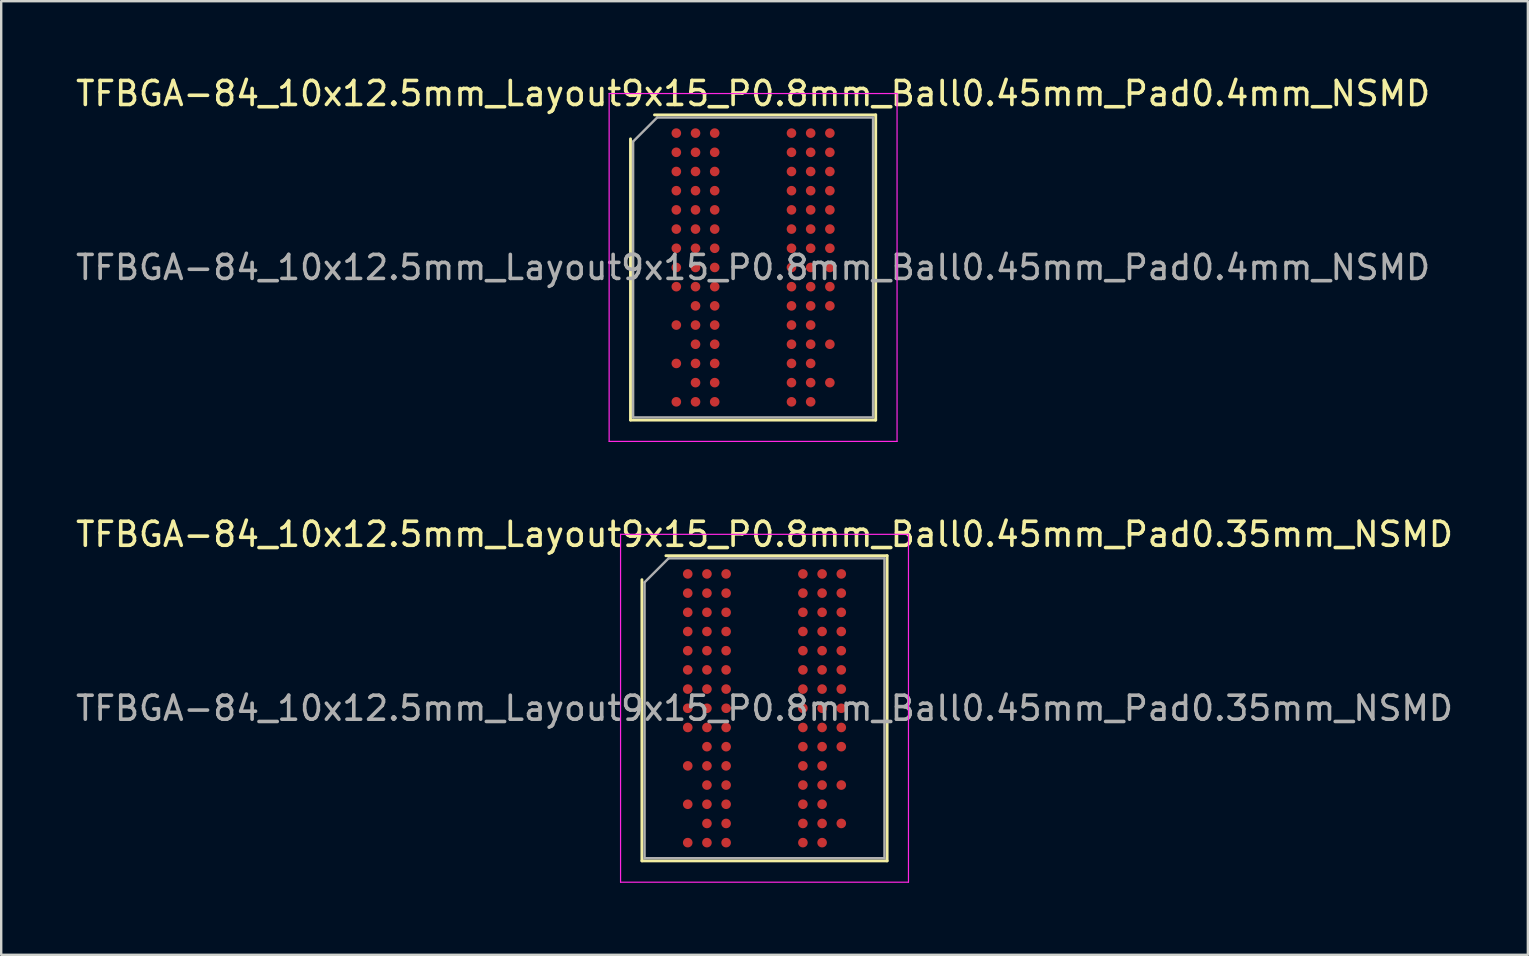
<source format=kicad_pcb>
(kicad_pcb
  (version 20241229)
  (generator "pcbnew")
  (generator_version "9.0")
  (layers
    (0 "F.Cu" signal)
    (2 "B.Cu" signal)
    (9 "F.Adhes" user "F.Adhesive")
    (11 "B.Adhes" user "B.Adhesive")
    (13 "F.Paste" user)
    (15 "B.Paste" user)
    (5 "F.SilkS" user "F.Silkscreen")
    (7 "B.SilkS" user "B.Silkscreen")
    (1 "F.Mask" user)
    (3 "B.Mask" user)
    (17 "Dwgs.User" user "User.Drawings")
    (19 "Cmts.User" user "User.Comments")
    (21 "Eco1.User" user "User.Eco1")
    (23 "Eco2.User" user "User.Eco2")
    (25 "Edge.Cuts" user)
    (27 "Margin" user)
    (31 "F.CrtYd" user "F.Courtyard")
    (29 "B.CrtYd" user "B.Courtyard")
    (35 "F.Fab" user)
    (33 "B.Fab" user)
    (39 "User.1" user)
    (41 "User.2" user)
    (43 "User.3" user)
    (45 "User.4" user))
  (footprint "TFBGA-84_10x12.5mm_Layout9x15_P0.8mm_Ball0.45mm_Pad0.4mm_NSMD"
    (layer "F.Cu")
    (at 28.339 8.098)
    (property "Reference" "TFBGA-84_10x12.5mm_Layout9x15_P0.8mm_Ball0.45mm_Pad0.4mm_NSMD" (at 0 -7.25 0) (layer "F.SilkS") (effects (font (size 1 1) (thickness 0.15))))
    (attr smd)
    (fp_line (start -5.11 6.36) (end -5.11 -5.36) (stroke (width 0.12) (type solid)) (layer "F.SilkS"))
    (fp_line (start -4.11 -6.36) (end 5.11 -6.36) (stroke (width 0.12) (type solid)) (layer "F.SilkS"))
    (fp_line (start 5.11 -6.36) (end 5.11 6.36) (stroke (width 0.12) (type solid)) (layer "F.SilkS"))
    (fp_line (start 5.11 6.36) (end -5.11 6.36) (stroke (width 0.12) (type solid)) (layer "F.SilkS"))
    (fp_line (start -6 -7.25) (end -6 7.25) (stroke (width 0.05) (type solid)) (layer "F.CrtYd"))
    (fp_line (start -6 7.25) (end 6 7.25) (stroke (width 0.05) (type solid)) (layer "F.CrtYd"))
    (fp_line (start 6 -7.25) (end -6 -7.25) (stroke (width 0.05) (type solid)) (layer "F.CrtYd"))
    (fp_line (start 6 7.25) (end 6 -7.25) (stroke (width 0.05) (type solid)) (layer "F.CrtYd"))
    (fp_line (start -5 -5.25) (end -4 -6.25) (stroke (width 0.1) (type solid)) (layer "F.Fab"))
    (fp_line (start -5 6.25) (end -5 -5.25) (stroke (width 0.1) (type solid)) (layer "F.Fab"))
    (fp_line (start -4 -6.25) (end 5 -6.25) (stroke (width 0.1) (type solid)) (layer "F.Fab"))
    (fp_line (start 5 -6.25) (end 5 6.25) (stroke (width 0.1) (type solid)) (layer "F.Fab"))
    (fp_line (start 5 6.25) (end -5 6.25) (stroke (width 0.1) (type solid)) (layer "F.Fab"))
    (fp_text user "${REFERENCE}" (at 0 0 0) (layer "F.Fab") (effects (font (size 1 1) (thickness 0.15))))
    (pad "A1" smd circle (at -3.2 -5.6) (size 0.4 0.4) (layers "F.Cu" "F.Mask" "F.Paste"))
    (pad "A2" smd circle (at -2.4 -5.6) (size 0.4 0.4) (layers "F.Cu" "F.Mask" "F.Paste"))
    (pad "A3" smd circle (at -1.6 -5.6) (size 0.4 0.4) (layers "F.Cu" "F.Mask" "F.Paste"))
    (pad "A7" smd circle (at 1.6 -5.6) (size 0.4 0.4) (layers "F.Cu" "F.Mask" "F.Paste"))
    (pad "A8" smd circle (at 2.4 -5.6) (size 0.4 0.4) (layers "F.Cu" "F.Mask" "F.Paste"))
    (pad "A9" smd circle (at 3.2 -5.6) (size 0.4 0.4) (layers "F.Cu" "F.Mask" "F.Paste"))
    (pad "B1" smd circle (at -3.2 -4.8) (size 0.4 0.4) (layers "F.Cu" "F.Mask" "F.Paste"))
    (pad "B2" smd circle (at -2.4 -4.8) (size 0.4 0.4) (layers "F.Cu" "F.Mask" "F.Paste"))
    (pad "B3" smd circle (at -1.6 -4.8) (size 0.4 0.4) (layers "F.Cu" "F.Mask" "F.Paste"))
    (pad "B7" smd circle (at 1.6 -4.8) (size 0.4 0.4) (layers "F.Cu" "F.Mask" "F.Paste"))
    (pad "B8" smd circle (at 2.4 -4.8) (size 0.4 0.4) (layers "F.Cu" "F.Mask" "F.Paste"))
    (pad "B9" smd circle (at 3.2 -4.8) (size 0.4 0.4) (layers "F.Cu" "F.Mask" "F.Paste"))
    (pad "C1" smd circle (at -3.2 -4) (size 0.4 0.4) (layers "F.Cu" "F.Mask" "F.Paste"))
    (pad "C2" smd circle (at -2.4 -4) (size 0.4 0.4) (layers "F.Cu" "F.Mask" "F.Paste"))
    (pad "C3" smd circle (at -1.6 -4) (size 0.4 0.4) (layers "F.Cu" "F.Mask" "F.Paste"))
    (pad "C7" smd circle (at 1.6 -4) (size 0.4 0.4) (layers "F.Cu" "F.Mask" "F.Paste"))
    (pad "C8" smd circle (at 2.4 -4) (size 0.4 0.4) (layers "F.Cu" "F.Mask" "F.Paste"))
    (pad "C9" smd circle (at 3.2 -4) (size 0.4 0.4) (layers "F.Cu" "F.Mask" "F.Paste"))
    (pad "D1" smd circle (at -3.2 -3.2) (size 0.4 0.4) (layers "F.Cu" "F.Mask" "F.Paste"))
    (pad "D2" smd circle (at -2.4 -3.2) (size 0.4 0.4) (layers "F.Cu" "F.Mask" "F.Paste"))
    (pad "D3" smd circle (at -1.6 -3.2) (size 0.4 0.4) (layers "F.Cu" "F.Mask" "F.Paste"))
    (pad "D7" smd circle (at 1.6 -3.2) (size 0.4 0.4) (layers "F.Cu" "F.Mask" "F.Paste"))
    (pad "D8" smd circle (at 2.4 -3.2) (size 0.4 0.4) (layers "F.Cu" "F.Mask" "F.Paste"))
    (pad "D9" smd circle (at 3.2 -3.2) (size 0.4 0.4) (layers "F.Cu" "F.Mask" "F.Paste"))
    (pad "E1" smd circle (at -3.2 -2.4) (size 0.4 0.4) (layers "F.Cu" "F.Mask" "F.Paste"))
    (pad "E2" smd circle (at -2.4 -2.4) (size 0.4 0.4) (layers "F.Cu" "F.Mask" "F.Paste"))
    (pad "E3" smd circle (at -1.6 -2.4) (size 0.4 0.4) (layers "F.Cu" "F.Mask" "F.Paste"))
    (pad "E7" smd circle (at 1.6 -2.4) (size 0.4 0.4) (layers "F.Cu" "F.Mask" "F.Paste"))
    (pad "E8" smd circle (at 2.4 -2.4) (size 0.4 0.4) (layers "F.Cu" "F.Mask" "F.Paste"))
    (pad "E9" smd circle (at 3.2 -2.4) (size 0.4 0.4) (layers "F.Cu" "F.Mask" "F.Paste"))
    (pad "F1" smd circle (at -3.2 -1.6) (size 0.4 0.4) (layers "F.Cu" "F.Mask" "F.Paste"))
    (pad "F2" smd circle (at -2.4 -1.6) (size 0.4 0.4) (layers "F.Cu" "F.Mask" "F.Paste"))
    (pad "F3" smd circle (at -1.6 -1.6) (size 0.4 0.4) (layers "F.Cu" "F.Mask" "F.Paste"))
    (pad "F7" smd circle (at 1.6 -1.6) (size 0.4 0.4) (layers "F.Cu" "F.Mask" "F.Paste"))
    (pad "F8" smd circle (at 2.4 -1.6) (size 0.4 0.4) (layers "F.Cu" "F.Mask" "F.Paste"))
    (pad "F9" smd circle (at 3.2 -1.6) (size 0.4 0.4) (layers "F.Cu" "F.Mask" "F.Paste"))
    (pad "G1" smd circle (at -3.2 -0.8) (size 0.4 0.4) (layers "F.Cu" "F.Mask" "F.Paste"))
    (pad "G2" smd circle (at -2.4 -0.8) (size 0.4 0.4) (layers "F.Cu" "F.Mask" "F.Paste"))
    (pad "G3" smd circle (at -1.6 -0.8) (size 0.4 0.4) (layers "F.Cu" "F.Mask" "F.Paste"))
    (pad "G7" smd circle (at 1.6 -0.8) (size 0.4 0.4) (layers "F.Cu" "F.Mask" "F.Paste"))
    (pad "G8" smd circle (at 2.4 -0.8) (size 0.4 0.4) (layers "F.Cu" "F.Mask" "F.Paste"))
    (pad "G9" smd circle (at 3.2 -0.8) (size 0.4 0.4) (layers "F.Cu" "F.Mask" "F.Paste"))
    (pad "H1" smd circle (at -3.2 0) (size 0.4 0.4) (layers "F.Cu" "F.Mask" "F.Paste"))
    (pad "H2" smd circle (at -2.4 0) (size 0.4 0.4) (layers "F.Cu" "F.Mask" "F.Paste"))
    (pad "H3" smd circle (at -1.6 0) (size 0.4 0.4) (layers "F.Cu" "F.Mask" "F.Paste"))
    (pad "H7" smd circle (at 1.6 0) (size 0.4 0.4) (layers "F.Cu" "F.Mask" "F.Paste"))
    (pad "H8" smd circle (at 2.4 0) (size 0.4 0.4) (layers "F.Cu" "F.Mask" "F.Paste"))
    (pad "H9" smd circle (at 3.2 0) (size 0.4 0.4) (layers "F.Cu" "F.Mask" "F.Paste"))
    (pad "J1" smd circle (at -3.2 0.8) (size 0.4 0.4) (layers "F.Cu" "F.Mask" "F.Paste"))
    (pad "J2" smd circle (at -2.4 0.8) (size 0.4 0.4) (layers "F.Cu" "F.Mask" "F.Paste"))
    (pad "J3" smd circle (at -1.6 0.8) (size 0.4 0.4) (layers "F.Cu" "F.Mask" "F.Paste"))
    (pad "J7" smd circle (at 1.6 0.8) (size 0.4 0.4) (layers "F.Cu" "F.Mask" "F.Paste"))
    (pad "J8" smd circle (at 2.4 0.8) (size 0.4 0.4) (layers "F.Cu" "F.Mask" "F.Paste"))
    (pad "J9" smd circle (at 3.2 0.8) (size 0.4 0.4) (layers "F.Cu" "F.Mask" "F.Paste"))
    (pad "K2" smd circle (at -2.4 1.6) (size 0.4 0.4) (layers "F.Cu" "F.Mask" "F.Paste"))
    (pad "K3" smd circle (at -1.6 1.6) (size 0.4 0.4) (layers "F.Cu" "F.Mask" "F.Paste"))
    (pad "K7" smd circle (at 1.6 1.6) (size 0.4 0.4) (layers "F.Cu" "F.Mask" "F.Paste"))
    (pad "K8" smd circle (at 2.4 1.6) (size 0.4 0.4) (layers "F.Cu" "F.Mask" "F.Paste"))
    (pad "K9" smd circle (at 3.2 1.6) (size 0.4 0.4) (layers "F.Cu" "F.Mask" "F.Paste"))
    (pad "L1" smd circle (at -3.2 2.4) (size 0.4 0.4) (layers "F.Cu" "F.Mask" "F.Paste"))
    (pad "L2" smd circle (at -2.4 2.4) (size 0.4 0.4) (layers "F.Cu" "F.Mask" "F.Paste"))
    (pad "L3" smd circle (at -1.6 2.4) (size 0.4 0.4) (layers "F.Cu" "F.Mask" "F.Paste"))
    (pad "L7" smd circle (at 1.6 2.4) (size 0.4 0.4) (layers "F.Cu" "F.Mask" "F.Paste"))
    (pad "L8" smd circle (at 2.4 2.4) (size 0.4 0.4) (layers "F.Cu" "F.Mask" "F.Paste"))
    (pad "M2" smd circle (at -2.4 3.2) (size 0.4 0.4) (layers "F.Cu" "F.Mask" "F.Paste"))
    (pad "M3" smd circle (at -1.6 3.2) (size 0.4 0.4) (layers "F.Cu" "F.Mask" "F.Paste"))
    (pad "M7" smd circle (at 1.6 3.2) (size 0.4 0.4) (layers "F.Cu" "F.Mask" "F.Paste"))
    (pad "M8" smd circle (at 2.4 3.2) (size 0.4 0.4) (layers "F.Cu" "F.Mask" "F.Paste"))
    (pad "M9" smd circle (at 3.2 3.2) (size 0.4 0.4) (layers "F.Cu" "F.Mask" "F.Paste"))
    (pad "N1" smd circle (at -3.2 4) (size 0.4 0.4) (layers "F.Cu" "F.Mask" "F.Paste"))
    (pad "N2" smd circle (at -2.4 4) (size 0.4 0.4) (layers "F.Cu" "F.Mask" "F.Paste"))
    (pad "N3" smd circle (at -1.6 4) (size 0.4 0.4) (layers "F.Cu" "F.Mask" "F.Paste"))
    (pad "N7" smd circle (at 1.6 4) (size 0.4 0.4) (layers "F.Cu" "F.Mask" "F.Paste"))
    (pad "N8" smd circle (at 2.4 4) (size 0.4 0.4) (layers "F.Cu" "F.Mask" "F.Paste"))
    (pad "P2" smd circle (at -2.4 4.8) (size 0.4 0.4) (layers "F.Cu" "F.Mask" "F.Paste"))
    (pad "P3" smd circle (at -1.6 4.8) (size 0.4 0.4) (layers "F.Cu" "F.Mask" "F.Paste"))
    (pad "P7" smd circle (at 1.6 4.8) (size 0.4 0.4) (layers "F.Cu" "F.Mask" "F.Paste"))
    (pad "P8" smd circle (at 2.4 4.8) (size 0.4 0.4) (layers "F.Cu" "F.Mask" "F.Paste"))
    (pad "P9" smd circle (at 3.2 4.8) (size 0.4 0.4) (layers "F.Cu" "F.Mask" "F.Paste"))
    (pad "R1" smd circle (at -3.2 5.6) (size 0.4 0.4) (layers "F.Cu" "F.Mask" "F.Paste"))
    (pad "R2" smd circle (at -2.4 5.6) (size 0.4 0.4) (layers "F.Cu" "F.Mask" "F.Paste"))
    (pad "R3" smd circle (at -1.6 5.6) (size 0.4 0.4) (layers "F.Cu" "F.Mask" "F.Paste"))
    (pad "R7" smd circle (at 1.6 5.6) (size 0.4 0.4) (layers "F.Cu" "F.Mask" "F.Paste"))
    (pad "R8" smd circle (at 2.4 5.6) (size 0.4 0.4) (layers "F.Cu" "F.Mask" "F.Paste")))
  (footprint "TFBGA-84_10x12.5mm_Layout9x15_P0.8mm_Ball0.45mm_Pad0.35mm_NSMD"
    (layer "F.Cu")
    (at 28.815 26.471)
    (property "Reference" "TFBGA-84_10x12.5mm_Layout9x15_P0.8mm_Ball0.45mm_Pad0.35mm_NSMD" (at 0 -7.25 0) (layer "F.SilkS") (effects (font (size 1 1) (thickness 0.15))))
    (attr smd)
    (fp_line (start -5.11 6.36) (end -5.11 -5.36) (stroke (width 0.12) (type solid)) (layer "F.SilkS"))
    (fp_line (start -4.11 -6.36) (end 5.11 -6.36) (stroke (width 0.12) (type solid)) (layer "F.SilkS"))
    (fp_line (start 5.11 -6.36) (end 5.11 6.36) (stroke (width 0.12) (type solid)) (layer "F.SilkS"))
    (fp_line (start 5.11 6.36) (end -5.11 6.36) (stroke (width 0.12) (type solid)) (layer "F.SilkS"))
    (fp_line (start -6 -7.25) (end -6 7.25) (stroke (width 0.05) (type solid)) (layer "F.CrtYd"))
    (fp_line (start -6 7.25) (end 6 7.25) (stroke (width 0.05) (type solid)) (layer "F.CrtYd"))
    (fp_line (start 6 -7.25) (end -6 -7.25) (stroke (width 0.05) (type solid)) (layer "F.CrtYd"))
    (fp_line (start 6 7.25) (end 6 -7.25) (stroke (width 0.05) (type solid)) (layer "F.CrtYd"))
    (fp_line (start -5 -5.25) (end -4 -6.25) (stroke (width 0.1) (type solid)) (layer "F.Fab"))
    (fp_line (start -5 6.25) (end -5 -5.25) (stroke (width 0.1) (type solid)) (layer "F.Fab"))
    (fp_line (start -4 -6.25) (end 5 -6.25) (stroke (width 0.1) (type solid)) (layer "F.Fab"))
    (fp_line (start 5 -6.25) (end 5 6.25) (stroke (width 0.1) (type solid)) (layer "F.Fab"))
    (fp_line (start 5 6.25) (end -5 6.25) (stroke (width 0.1) (type solid)) (layer "F.Fab"))
    (fp_text user "${REFERENCE}" (at 0 0 0) (layer "F.Fab") (effects (font (size 1 1) (thickness 0.15))))
    (pad "A1" smd circle (at -3.2 -5.6) (size 0.4 0.4) (layers "F.Cu" "F.Mask" "F.Paste"))
    (pad "A2" smd circle (at -2.4 -5.6) (size 0.4 0.4) (layers "F.Cu" "F.Mask" "F.Paste"))
    (pad "A3" smd circle (at -1.6 -5.6) (size 0.4 0.4) (layers "F.Cu" "F.Mask" "F.Paste"))
    (pad "A7" smd circle (at 1.6 -5.6) (size 0.4 0.4) (layers "F.Cu" "F.Mask" "F.Paste"))
    (pad "A8" smd circle (at 2.4 -5.6) (size 0.4 0.4) (layers "F.Cu" "F.Mask" "F.Paste"))
    (pad "A9" smd circle (at 3.2 -5.6) (size 0.4 0.4) (layers "F.Cu" "F.Mask" "F.Paste"))
    (pad "B1" smd circle (at -3.2 -4.8) (size 0.4 0.4) (layers "F.Cu" "F.Mask" "F.Paste"))
    (pad "B2" smd circle (at -2.4 -4.8) (size 0.4 0.4) (layers "F.Cu" "F.Mask" "F.Paste"))
    (pad "B3" smd circle (at -1.6 -4.8) (size 0.4 0.4) (layers "F.Cu" "F.Mask" "F.Paste"))
    (pad "B7" smd circle (at 1.6 -4.8) (size 0.4 0.4) (layers "F.Cu" "F.Mask" "F.Paste"))
    (pad "B8" smd circle (at 2.4 -4.8) (size 0.4 0.4) (layers "F.Cu" "F.Mask" "F.Paste"))
    (pad "B9" smd circle (at 3.2 -4.8) (size 0.4 0.4) (layers "F.Cu" "F.Mask" "F.Paste"))
    (pad "C1" smd circle (at -3.2 -4) (size 0.4 0.4) (layers "F.Cu" "F.Mask" "F.Paste"))
    (pad "C2" smd circle (at -2.4 -4) (size 0.4 0.4) (layers "F.Cu" "F.Mask" "F.Paste"))
    (pad "C3" smd circle (at -1.6 -4) (size 0.4 0.4) (layers "F.Cu" "F.Mask" "F.Paste"))
    (pad "C7" smd circle (at 1.6 -4) (size 0.4 0.4) (layers "F.Cu" "F.Mask" "F.Paste"))
    (pad "C8" smd circle (at 2.4 -4) (size 0.4 0.4) (layers "F.Cu" "F.Mask" "F.Paste"))
    (pad "C9" smd circle (at 3.2 -4) (size 0.4 0.4) (layers "F.Cu" "F.Mask" "F.Paste"))
    (pad "D1" smd circle (at -3.2 -3.2) (size 0.4 0.4) (layers "F.Cu" "F.Mask" "F.Paste"))
    (pad "D2" smd circle (at -2.4 -3.2) (size 0.4 0.4) (layers "F.Cu" "F.Mask" "F.Paste"))
    (pad "D3" smd circle (at -1.6 -3.2) (size 0.4 0.4) (layers "F.Cu" "F.Mask" "F.Paste"))
    (pad "D7" smd circle (at 1.6 -3.2) (size 0.4 0.4) (layers "F.Cu" "F.Mask" "F.Paste"))
    (pad "D8" smd circle (at 2.4 -3.2) (size 0.4 0.4) (layers "F.Cu" "F.Mask" "F.Paste"))
    (pad "D9" smd circle (at 3.2 -3.2) (size 0.4 0.4) (layers "F.Cu" "F.Mask" "F.Paste"))
    (pad "E1" smd circle (at -3.2 -2.4) (size 0.4 0.4) (layers "F.Cu" "F.Mask" "F.Paste"))
    (pad "E2" smd circle (at -2.4 -2.4) (size 0.4 0.4) (layers "F.Cu" "F.Mask" "F.Paste"))
    (pad "E3" smd circle (at -1.6 -2.4) (size 0.4 0.4) (layers "F.Cu" "F.Mask" "F.Paste"))
    (pad "E7" smd circle (at 1.6 -2.4) (size 0.4 0.4) (layers "F.Cu" "F.Mask" "F.Paste"))
    (pad "E8" smd circle (at 2.4 -2.4) (size 0.4 0.4) (layers "F.Cu" "F.Mask" "F.Paste"))
    (pad "E9" smd circle (at 3.2 -2.4) (size 0.4 0.4) (layers "F.Cu" "F.Mask" "F.Paste"))
    (pad "F1" smd circle (at -3.2 -1.6) (size 0.4 0.4) (layers "F.Cu" "F.Mask" "F.Paste"))
    (pad "F2" smd circle (at -2.4 -1.6) (size 0.4 0.4) (layers "F.Cu" "F.Mask" "F.Paste"))
    (pad "F3" smd circle (at -1.6 -1.6) (size 0.4 0.4) (layers "F.Cu" "F.Mask" "F.Paste"))
    (pad "F7" smd circle (at 1.6 -1.6) (size 0.4 0.4) (layers "F.Cu" "F.Mask" "F.Paste"))
    (pad "F8" smd circle (at 2.4 -1.6) (size 0.4 0.4) (layers "F.Cu" "F.Mask" "F.Paste"))
    (pad "F9" smd circle (at 3.2 -1.6) (size 0.4 0.4) (layers "F.Cu" "F.Mask" "F.Paste"))
    (pad "G1" smd circle (at -3.2 -0.8) (size 0.4 0.4) (layers "F.Cu" "F.Mask" "F.Paste"))
    (pad "G2" smd circle (at -2.4 -0.8) (size 0.4 0.4) (layers "F.Cu" "F.Mask" "F.Paste"))
    (pad "G3" smd circle (at -1.6 -0.8) (size 0.4 0.4) (layers "F.Cu" "F.Mask" "F.Paste"))
    (pad "G7" smd circle (at 1.6 -0.8) (size 0.4 0.4) (layers "F.Cu" "F.Mask" "F.Paste"))
    (pad "G8" smd circle (at 2.4 -0.8) (size 0.4 0.4) (layers "F.Cu" "F.Mask" "F.Paste"))
    (pad "G9" smd circle (at 3.2 -0.8) (size 0.4 0.4) (layers "F.Cu" "F.Mask" "F.Paste"))
    (pad "H1" smd circle (at -3.2 0) (size 0.4 0.4) (layers "F.Cu" "F.Mask" "F.Paste"))
    (pad "H2" smd circle (at -2.4 0) (size 0.4 0.4) (layers "F.Cu" "F.Mask" "F.Paste"))
    (pad "H3" smd circle (at -1.6 0) (size 0.4 0.4) (layers "F.Cu" "F.Mask" "F.Paste"))
    (pad "H7" smd circle (at 1.6 0) (size 0.4 0.4) (layers "F.Cu" "F.Mask" "F.Paste"))
    (pad "H8" smd circle (at 2.4 0) (size 0.4 0.4) (layers "F.Cu" "F.Mask" "F.Paste"))
    (pad "H9" smd circle (at 3.2 0) (size 0.4 0.4) (layers "F.Cu" "F.Mask" "F.Paste"))
    (pad "J1" smd circle (at -3.2 0.8) (size 0.4 0.4) (layers "F.Cu" "F.Mask" "F.Paste"))
    (pad "J2" smd circle (at -2.4 0.8) (size 0.4 0.4) (layers "F.Cu" "F.Mask" "F.Paste"))
    (pad "J3" smd circle (at -1.6 0.8) (size 0.4 0.4) (layers "F.Cu" "F.Mask" "F.Paste"))
    (pad "J7" smd circle (at 1.6 0.8) (size 0.4 0.4) (layers "F.Cu" "F.Mask" "F.Paste"))
    (pad "J8" smd circle (at 2.4 0.8) (size 0.4 0.4) (layers "F.Cu" "F.Mask" "F.Paste"))
    (pad "J9" smd circle (at 3.2 0.8) (size 0.4 0.4) (layers "F.Cu" "F.Mask" "F.Paste"))
    (pad "K2" smd circle (at -2.4 1.6) (size 0.4 0.4) (layers "F.Cu" "F.Mask" "F.Paste"))
    (pad "K3" smd circle (at -1.6 1.6) (size 0.4 0.4) (layers "F.Cu" "F.Mask" "F.Paste"))
    (pad "K7" smd circle (at 1.6 1.6) (size 0.4 0.4) (layers "F.Cu" "F.Mask" "F.Paste"))
    (pad "K8" smd circle (at 2.4 1.6) (size 0.4 0.4) (layers "F.Cu" "F.Mask" "F.Paste"))
    (pad "K9" smd circle (at 3.2 1.6) (size 0.4 0.4) (layers "F.Cu" "F.Mask" "F.Paste"))
    (pad "L1" smd circle (at -3.2 2.4) (size 0.4 0.4) (layers "F.Cu" "F.Mask" "F.Paste"))
    (pad "L2" smd circle (at -2.4 2.4) (size 0.4 0.4) (layers "F.Cu" "F.Mask" "F.Paste"))
    (pad "L3" smd circle (at -1.6 2.4) (size 0.4 0.4) (layers "F.Cu" "F.Mask" "F.Paste"))
    (pad "L7" smd circle (at 1.6 2.4) (size 0.4 0.4) (layers "F.Cu" "F.Mask" "F.Paste"))
    (pad "L8" smd circle (at 2.4 2.4) (size 0.4 0.4) (layers "F.Cu" "F.Mask" "F.Paste"))
    (pad "M2" smd circle (at -2.4 3.2) (size 0.4 0.4) (layers "F.Cu" "F.Mask" "F.Paste"))
    (pad "M3" smd circle (at -1.6 3.2) (size 0.4 0.4) (layers "F.Cu" "F.Mask" "F.Paste"))
    (pad "M7" smd circle (at 1.6 3.2) (size 0.4 0.4) (layers "F.Cu" "F.Mask" "F.Paste"))
    (pad "M8" smd circle (at 2.4 3.2) (size 0.4 0.4) (layers "F.Cu" "F.Mask" "F.Paste"))
    (pad "M9" smd circle (at 3.2 3.2) (size 0.4 0.4) (layers "F.Cu" "F.Mask" "F.Paste"))
    (pad "N1" smd circle (at -3.2 4) (size 0.4 0.4) (layers "F.Cu" "F.Mask" "F.Paste"))
    (pad "N2" smd circle (at -2.4 4) (size 0.4 0.4) (layers "F.Cu" "F.Mask" "F.Paste"))
    (pad "N3" smd circle (at -1.6 4) (size 0.4 0.4) (layers "F.Cu" "F.Mask" "F.Paste"))
    (pad "N7" smd circle (at 1.6 4) (size 0.4 0.4) (layers "F.Cu" "F.Mask" "F.Paste"))
    (pad "N8" smd circle (at 2.4 4) (size 0.4 0.4) (layers "F.Cu" "F.Mask" "F.Paste"))
    (pad "P2" smd circle (at -2.4 4.8) (size 0.4 0.4) (layers "F.Cu" "F.Mask" "F.Paste"))
    (pad "P3" smd circle (at -1.6 4.8) (size 0.4 0.4) (layers "F.Cu" "F.Mask" "F.Paste"))
    (pad "P7" smd circle (at 1.6 4.8) (size 0.4 0.4) (layers "F.Cu" "F.Mask" "F.Paste"))
    (pad "P8" smd circle (at 2.4 4.8) (size 0.4 0.4) (layers "F.Cu" "F.Mask" "F.Paste"))
    (pad "P9" smd circle (at 3.2 4.8) (size 0.4 0.4) (layers "F.Cu" "F.Mask" "F.Paste"))
    (pad "R1" smd circle (at -3.2 5.6) (size 0.4 0.4) (layers "F.Cu" "F.Mask" "F.Paste"))
    (pad "R2" smd circle (at -2.4 5.6) (size 0.4 0.4) (layers "F.Cu" "F.Mask" "F.Paste"))
    (pad "R3" smd circle (at -1.6 5.6) (size 0.4 0.4) (layers "F.Cu" "F.Mask" "F.Paste"))
    (pad "R7" smd circle (at 1.6 5.6) (size 0.4 0.4) (layers "F.Cu" "F.Mask" "F.Paste"))
    (pad "R8" smd circle (at 2.4 5.6) (size 0.4 0.4) (layers "F.Cu" "F.Mask" "F.Paste")))
  (gr_rect
    (start -3 -3)
    (end 60.631 36.746)
    (stroke (width 0.1) (type default))
    (fill no)
    (layer "Edge.Cuts")))
</source>
